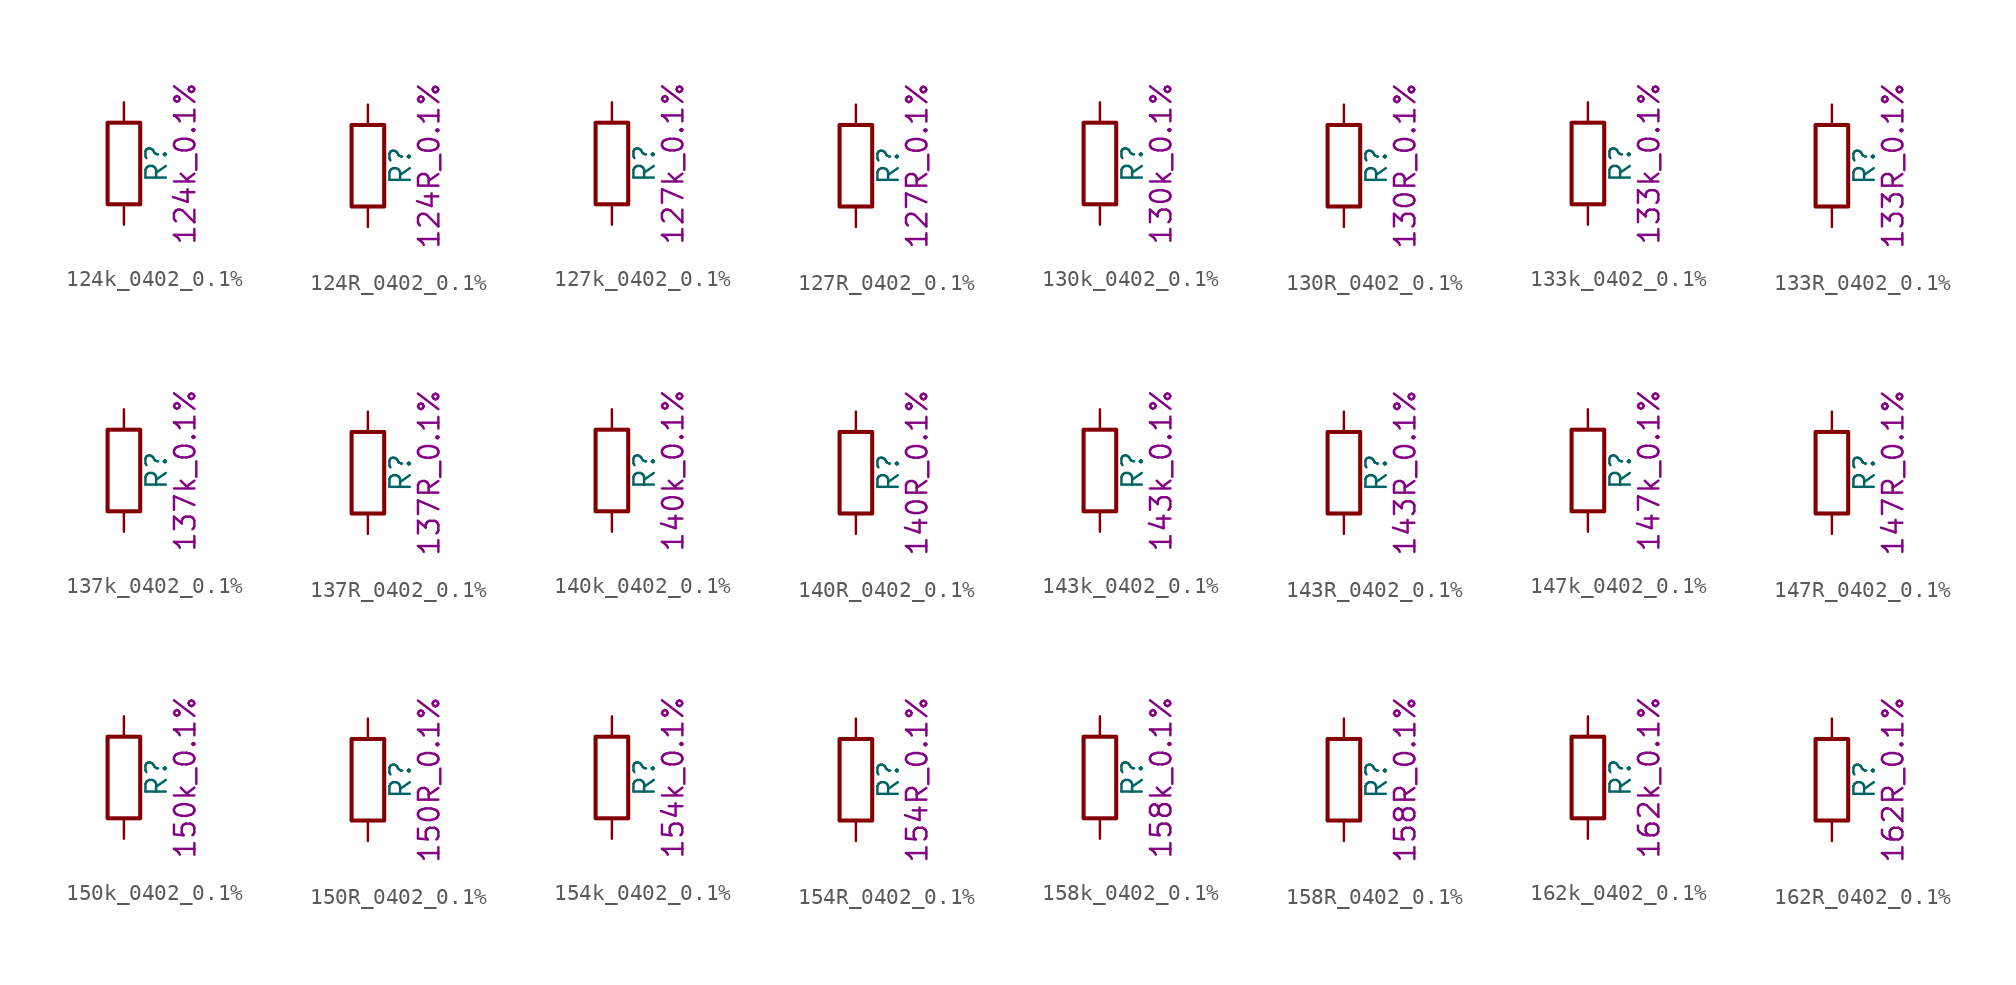
<source format=kicad_sym>
(kicad_symbol_lib
  (version 20211014)
  (generator kicad_symbol_editor)
  (symbol "124k_0402_0.1%"
    (pin_numbers hide)
    (pin_names
      (offset 0))
    (property "Reference" "R"
      (at 2.032 0 90)
      (effects (font (size 1.27 1.27))))
    (property "Display" "124k_0.1%"
      (at 3.81 0 90)
      (effects (font (size 1.27 1.27))))
    (symbol "124k_0402_0.1%_0_1"
      (rectangle (start -1.016 -2.54) (end 1.016 2.54) (stroke (width 0.254) (type default) (color 0 0 0 0)) (fill (type none))))
    (symbol "124k_0402_0.1%_1_1"
      (pin passive line (at 0 3.81 270) (length 1.27) (name "~" (effects (font (size 1.27 1.27)))) (number "1" (effects (font (size 1.27 1.27)))))
      (pin passive line (at 0 -3.81 90) (length 1.27) (name "~" (effects (font (size 1.27 1.27)))) (number "2" (effects (font (size 1.27 1.27)))))))
  (symbol "124R_0402_0.1%"
    (pin_numbers hide)
    (pin_names
      (offset 0))
    (property "Reference" "R"
      (at 2.032 0 90)
      (effects (font (size 1.27 1.27))))
    (property "Display" "124R_0.1%"
      (at 3.81 0 90)
      (effects (font (size 1.27 1.27))))
    (symbol "124R_0402_0.1%_0_1"
      (rectangle (start -1.016 -2.54) (end 1.016 2.54) (stroke (width 0.254) (type default) (color 0 0 0 0)) (fill (type none))))
    (symbol "124R_0402_0.1%_1_1"
      (pin passive line (at 0 3.81 270) (length 1.27) (name "~" (effects (font (size 1.27 1.27)))) (number "1" (effects (font (size 1.27 1.27)))))
      (pin passive line (at 0 -3.81 90) (length 1.27) (name "~" (effects (font (size 1.27 1.27)))) (number "2" (effects (font (size 1.27 1.27)))))))
  (symbol "127k_0402_0.1%"
    (pin_numbers hide)
    (pin_names
      (offset 0))
    (property "Reference" "R"
      (at 2.032 0 90)
      (effects (font (size 1.27 1.27))))
    (property "Display" "127k_0.1%"
      (at 3.81 0 90)
      (effects (font (size 1.27 1.27))))
    (symbol "127k_0402_0.1%_0_1"
      (rectangle (start -1.016 -2.54) (end 1.016 2.54) (stroke (width 0.254) (type default) (color 0 0 0 0)) (fill (type none))))
    (symbol "127k_0402_0.1%_1_1"
      (pin passive line (at 0 3.81 270) (length 1.27) (name "~" (effects (font (size 1.27 1.27)))) (number "1" (effects (font (size 1.27 1.27)))))
      (pin passive line (at 0 -3.81 90) (length 1.27) (name "~" (effects (font (size 1.27 1.27)))) (number "2" (effects (font (size 1.27 1.27)))))))
  (symbol "127R_0402_0.1%"
    (pin_numbers hide)
    (pin_names
      (offset 0))
    (property "Reference" "R"
      (at 2.032 0 90)
      (effects (font (size 1.27 1.27))))
    (property "Display" "127R_0.1%"
      (at 3.81 0 90)
      (effects (font (size 1.27 1.27))))
    (symbol "127R_0402_0.1%_0_1"
      (rectangle (start -1.016 -2.54) (end 1.016 2.54) (stroke (width 0.254) (type default) (color 0 0 0 0)) (fill (type none))))
    (symbol "127R_0402_0.1%_1_1"
      (pin passive line (at 0 3.81 270) (length 1.27) (name "~" (effects (font (size 1.27 1.27)))) (number "1" (effects (font (size 1.27 1.27)))))
      (pin passive line (at 0 -3.81 90) (length 1.27) (name "~" (effects (font (size 1.27 1.27)))) (number "2" (effects (font (size 1.27 1.27)))))))
  (symbol "130k_0402_0.1%"
    (pin_numbers hide)
    (pin_names
      (offset 0))
    (property "Reference" "R"
      (at 2.032 0 90)
      (effects (font (size 1.27 1.27))))
    (property "Display" "130k_0.1%"
      (at 3.81 0 90)
      (effects (font (size 1.27 1.27))))
    (symbol "130k_0402_0.1%_0_1"
      (rectangle (start -1.016 -2.54) (end 1.016 2.54) (stroke (width 0.254) (type default) (color 0 0 0 0)) (fill (type none))))
    (symbol "130k_0402_0.1%_1_1"
      (pin passive line (at 0 3.81 270) (length 1.27) (name "~" (effects (font (size 1.27 1.27)))) (number "1" (effects (font (size 1.27 1.27)))))
      (pin passive line (at 0 -3.81 90) (length 1.27) (name "~" (effects (font (size 1.27 1.27)))) (number "2" (effects (font (size 1.27 1.27)))))))
  (symbol "130R_0402_0.1%"
    (pin_numbers hide)
    (pin_names
      (offset 0))
    (property "Reference" "R"
      (at 2.032 0 90)
      (effects (font (size 1.27 1.27))))
    (property "Display" "130R_0.1%"
      (at 3.81 0 90)
      (effects (font (size 1.27 1.27))))
    (symbol "130R_0402_0.1%_0_1"
      (rectangle (start -1.016 -2.54) (end 1.016 2.54) (stroke (width 0.254) (type default) (color 0 0 0 0)) (fill (type none))))
    (symbol "130R_0402_0.1%_1_1"
      (pin passive line (at 0 3.81 270) (length 1.27) (name "~" (effects (font (size 1.27 1.27)))) (number "1" (effects (font (size 1.27 1.27)))))
      (pin passive line (at 0 -3.81 90) (length 1.27) (name "~" (effects (font (size 1.27 1.27)))) (number "2" (effects (font (size 1.27 1.27)))))))
  (symbol "133k_0402_0.1%"
    (pin_numbers hide)
    (pin_names
      (offset 0))
    (property "Reference" "R"
      (at 2.032 0 90)
      (effects (font (size 1.27 1.27))))
    (property "Display" "133k_0.1%"
      (at 3.81 0 90)
      (effects (font (size 1.27 1.27))))
    (symbol "133k_0402_0.1%_0_1"
      (rectangle (start -1.016 -2.54) (end 1.016 2.54) (stroke (width 0.254) (type default) (color 0 0 0 0)) (fill (type none))))
    (symbol "133k_0402_0.1%_1_1"
      (pin passive line (at 0 3.81 270) (length 1.27) (name "~" (effects (font (size 1.27 1.27)))) (number "1" (effects (font (size 1.27 1.27)))))
      (pin passive line (at 0 -3.81 90) (length 1.27) (name "~" (effects (font (size 1.27 1.27)))) (number "2" (effects (font (size 1.27 1.27)))))))
  (symbol "133R_0402_0.1%"
    (pin_numbers hide)
    (pin_names
      (offset 0))
    (property "Reference" "R"
      (at 2.032 0 90)
      (effects (font (size 1.27 1.27))))
    (property "Display" "133R_0.1%"
      (at 3.81 0 90)
      (effects (font (size 1.27 1.27))))
    (symbol "133R_0402_0.1%_0_1"
      (rectangle (start -1.016 -2.54) (end 1.016 2.54) (stroke (width 0.254) (type default) (color 0 0 0 0)) (fill (type none))))
    (symbol "133R_0402_0.1%_1_1"
      (pin passive line (at 0 3.81 270) (length 1.27) (name "~" (effects (font (size 1.27 1.27)))) (number "1" (effects (font (size 1.27 1.27)))))
      (pin passive line (at 0 -3.81 90) (length 1.27) (name "~" (effects (font (size 1.27 1.27)))) (number "2" (effects (font (size 1.27 1.27)))))))
  (symbol "137k_0402_0.1%"
    (pin_numbers hide)
    (pin_names
      (offset 0))
    (property "Reference" "R"
      (at 2.032 0 90)
      (effects (font (size 1.27 1.27))))
    (property "Display" "137k_0.1%"
      (at 3.81 0 90)
      (effects (font (size 1.27 1.27))))
    (symbol "137k_0402_0.1%_0_1"
      (rectangle (start -1.016 -2.54) (end 1.016 2.54) (stroke (width 0.254) (type default) (color 0 0 0 0)) (fill (type none))))
    (symbol "137k_0402_0.1%_1_1"
      (pin passive line (at 0 3.81 270) (length 1.27) (name "~" (effects (font (size 1.27 1.27)))) (number "1" (effects (font (size 1.27 1.27)))))
      (pin passive line (at 0 -3.81 90) (length 1.27) (name "~" (effects (font (size 1.27 1.27)))) (number "2" (effects (font (size 1.27 1.27)))))))
  (symbol "137R_0402_0.1%"
    (pin_numbers hide)
    (pin_names
      (offset 0))
    (property "Reference" "R"
      (at 2.032 0 90)
      (effects (font (size 1.27 1.27))))
    (property "Display" "137R_0.1%"
      (at 3.81 0 90)
      (effects (font (size 1.27 1.27))))
    (symbol "137R_0402_0.1%_0_1"
      (rectangle (start -1.016 -2.54) (end 1.016 2.54) (stroke (width 0.254) (type default) (color 0 0 0 0)) (fill (type none))))
    (symbol "137R_0402_0.1%_1_1"
      (pin passive line (at 0 3.81 270) (length 1.27) (name "~" (effects (font (size 1.27 1.27)))) (number "1" (effects (font (size 1.27 1.27)))))
      (pin passive line (at 0 -3.81 90) (length 1.27) (name "~" (effects (font (size 1.27 1.27)))) (number "2" (effects (font (size 1.27 1.27)))))))
  (symbol "140k_0402_0.1%"
    (pin_numbers hide)
    (pin_names
      (offset 0))
    (property "Reference" "R"
      (at 2.032 0 90)
      (effects (font (size 1.27 1.27))))
    (property "Display" "140k_0.1%"
      (at 3.81 0 90)
      (effects (font (size 1.27 1.27))))
    (symbol "140k_0402_0.1%_0_1"
      (rectangle (start -1.016 -2.54) (end 1.016 2.54) (stroke (width 0.254) (type default) (color 0 0 0 0)) (fill (type none))))
    (symbol "140k_0402_0.1%_1_1"
      (pin passive line (at 0 3.81 270) (length 1.27) (name "~" (effects (font (size 1.27 1.27)))) (number "1" (effects (font (size 1.27 1.27)))))
      (pin passive line (at 0 -3.81 90) (length 1.27) (name "~" (effects (font (size 1.27 1.27)))) (number "2" (effects (font (size 1.27 1.27)))))))
  (symbol "140R_0402_0.1%"
    (pin_numbers hide)
    (pin_names
      (offset 0))
    (property "Reference" "R"
      (at 2.032 0 90)
      (effects (font (size 1.27 1.27))))
    (property "Display" "140R_0.1%"
      (at 3.81 0 90)
      (effects (font (size 1.27 1.27))))
    (symbol "140R_0402_0.1%_0_1"
      (rectangle (start -1.016 -2.54) (end 1.016 2.54) (stroke (width 0.254) (type default) (color 0 0 0 0)) (fill (type none))))
    (symbol "140R_0402_0.1%_1_1"
      (pin passive line (at 0 3.81 270) (length 1.27) (name "~" (effects (font (size 1.27 1.27)))) (number "1" (effects (font (size 1.27 1.27)))))
      (pin passive line (at 0 -3.81 90) (length 1.27) (name "~" (effects (font (size 1.27 1.27)))) (number "2" (effects (font (size 1.27 1.27)))))))
  (symbol "143k_0402_0.1%"
    (pin_numbers hide)
    (pin_names
      (offset 0))
    (property "Reference" "R"
      (at 2.032 0 90)
      (effects (font (size 1.27 1.27))))
    (property "Display" "143k_0.1%"
      (at 3.81 0 90)
      (effects (font (size 1.27 1.27))))
    (symbol "143k_0402_0.1%_0_1"
      (rectangle (start -1.016 -2.54) (end 1.016 2.54) (stroke (width 0.254) (type default) (color 0 0 0 0)) (fill (type none))))
    (symbol "143k_0402_0.1%_1_1"
      (pin passive line (at 0 3.81 270) (length 1.27) (name "~" (effects (font (size 1.27 1.27)))) (number "1" (effects (font (size 1.27 1.27)))))
      (pin passive line (at 0 -3.81 90) (length 1.27) (name "~" (effects (font (size 1.27 1.27)))) (number "2" (effects (font (size 1.27 1.27)))))))
  (symbol "143R_0402_0.1%"
    (pin_numbers hide)
    (pin_names
      (offset 0))
    (property "Reference" "R"
      (at 2.032 0 90)
      (effects (font (size 1.27 1.27))))
    (property "Display" "143R_0.1%"
      (at 3.81 0 90)
      (effects (font (size 1.27 1.27))))
    (symbol "143R_0402_0.1%_0_1"
      (rectangle (start -1.016 -2.54) (end 1.016 2.54) (stroke (width 0.254) (type default) (color 0 0 0 0)) (fill (type none))))
    (symbol "143R_0402_0.1%_1_1"
      (pin passive line (at 0 3.81 270) (length 1.27) (name "~" (effects (font (size 1.27 1.27)))) (number "1" (effects (font (size 1.27 1.27)))))
      (pin passive line (at 0 -3.81 90) (length 1.27) (name "~" (effects (font (size 1.27 1.27)))) (number "2" (effects (font (size 1.27 1.27)))))))
  (symbol "147k_0402_0.1%"
    (pin_numbers hide)
    (pin_names
      (offset 0))
    (property "Reference" "R"
      (at 2.032 0 90)
      (effects (font (size 1.27 1.27))))
    (property "Display" "147k_0.1%"
      (at 3.81 0 90)
      (effects (font (size 1.27 1.27))))
    (symbol "147k_0402_0.1%_0_1"
      (rectangle (start -1.016 -2.54) (end 1.016 2.54) (stroke (width 0.254) (type default) (color 0 0 0 0)) (fill (type none))))
    (symbol "147k_0402_0.1%_1_1"
      (pin passive line (at 0 3.81 270) (length 1.27) (name "~" (effects (font (size 1.27 1.27)))) (number "1" (effects (font (size 1.27 1.27)))))
      (pin passive line (at 0 -3.81 90) (length 1.27) (name "~" (effects (font (size 1.27 1.27)))) (number "2" (effects (font (size 1.27 1.27)))))))
  (symbol "147R_0402_0.1%"
    (pin_numbers hide)
    (pin_names
      (offset 0))
    (property "Reference" "R"
      (at 2.032 0 90)
      (effects (font (size 1.27 1.27))))
    (property "Display" "147R_0.1%"
      (at 3.81 0 90)
      (effects (font (size 1.27 1.27))))
    (symbol "147R_0402_0.1%_0_1"
      (rectangle (start -1.016 -2.54) (end 1.016 2.54) (stroke (width 0.254) (type default) (color 0 0 0 0)) (fill (type none))))
    (symbol "147R_0402_0.1%_1_1"
      (pin passive line (at 0 3.81 270) (length 1.27) (name "~" (effects (font (size 1.27 1.27)))) (number "1" (effects (font (size 1.27 1.27)))))
      (pin passive line (at 0 -3.81 90) (length 1.27) (name "~" (effects (font (size 1.27 1.27)))) (number "2" (effects (font (size 1.27 1.27)))))))
  (symbol "150k_0402_0.1%"
    (pin_numbers hide)
    (pin_names
      (offset 0))
    (property "Reference" "R"
      (at 2.032 0 90)
      (effects (font (size 1.27 1.27))))
    (property "Display" "150k_0.1%"
      (at 3.81 0 90)
      (effects (font (size 1.27 1.27))))
    (symbol "150k_0402_0.1%_0_1"
      (rectangle (start -1.016 -2.54) (end 1.016 2.54) (stroke (width 0.254) (type default) (color 0 0 0 0)) (fill (type none))))
    (symbol "150k_0402_0.1%_1_1"
      (pin passive line (at 0 3.81 270) (length 1.27) (name "~" (effects (font (size 1.27 1.27)))) (number "1" (effects (font (size 1.27 1.27)))))
      (pin passive line (at 0 -3.81 90) (length 1.27) (name "~" (effects (font (size 1.27 1.27)))) (number "2" (effects (font (size 1.27 1.27)))))))
  (symbol "150R_0402_0.1%"
    (pin_numbers hide)
    (pin_names
      (offset 0))
    (property "Reference" "R"
      (at 2.032 0 90)
      (effects (font (size 1.27 1.27))))
    (property "Display" "150R_0.1%"
      (at 3.81 0 90)
      (effects (font (size 1.27 1.27))))
    (symbol "150R_0402_0.1%_0_1"
      (rectangle (start -1.016 -2.54) (end 1.016 2.54) (stroke (width 0.254) (type default) (color 0 0 0 0)) (fill (type none))))
    (symbol "150R_0402_0.1%_1_1"
      (pin passive line (at 0 3.81 270) (length 1.27) (name "~" (effects (font (size 1.27 1.27)))) (number "1" (effects (font (size 1.27 1.27)))))
      (pin passive line (at 0 -3.81 90) (length 1.27) (name "~" (effects (font (size 1.27 1.27)))) (number "2" (effects (font (size 1.27 1.27)))))))
  (symbol "154k_0402_0.1%"
    (pin_numbers hide)
    (pin_names
      (offset 0))
    (property "Reference" "R"
      (at 2.032 0 90)
      (effects (font (size 1.27 1.27))))
    (property "Display" "154k_0.1%"
      (at 3.81 0 90)
      (effects (font (size 1.27 1.27))))
    (symbol "154k_0402_0.1%_0_1"
      (rectangle (start -1.016 -2.54) (end 1.016 2.54) (stroke (width 0.254) (type default) (color 0 0 0 0)) (fill (type none))))
    (symbol "154k_0402_0.1%_1_1"
      (pin passive line (at 0 3.81 270) (length 1.27) (name "~" (effects (font (size 1.27 1.27)))) (number "1" (effects (font (size 1.27 1.27)))))
      (pin passive line (at 0 -3.81 90) (length 1.27) (name "~" (effects (font (size 1.27 1.27)))) (number "2" (effects (font (size 1.27 1.27)))))))
  (symbol "154R_0402_0.1%"
    (pin_numbers hide)
    (pin_names
      (offset 0))
    (property "Reference" "R"
      (at 2.032 0 90)
      (effects (font (size 1.27 1.27))))
    (property "Display" "154R_0.1%"
      (at 3.81 0 90)
      (effects (font (size 1.27 1.27))))
    (symbol "154R_0402_0.1%_0_1"
      (rectangle (start -1.016 -2.54) (end 1.016 2.54) (stroke (width 0.254) (type default) (color 0 0 0 0)) (fill (type none))))
    (symbol "154R_0402_0.1%_1_1"
      (pin passive line (at 0 3.81 270) (length 1.27) (name "~" (effects (font (size 1.27 1.27)))) (number "1" (effects (font (size 1.27 1.27)))))
      (pin passive line (at 0 -3.81 90) (length 1.27) (name "~" (effects (font (size 1.27 1.27)))) (number "2" (effects (font (size 1.27 1.27)))))))
  (symbol "158k_0402_0.1%"
    (pin_numbers hide)
    (pin_names
      (offset 0))
    (property "Reference" "R"
      (at 2.032 0 90)
      (effects (font (size 1.27 1.27))))
    (property "Display" "158k_0.1%"
      (at 3.81 0 90)
      (effects (font (size 1.27 1.27))))
    (symbol "158k_0402_0.1%_0_1"
      (rectangle (start -1.016 -2.54) (end 1.016 2.54) (stroke (width 0.254) (type default) (color 0 0 0 0)) (fill (type none))))
    (symbol "158k_0402_0.1%_1_1"
      (pin passive line (at 0 3.81 270) (length 1.27) (name "~" (effects (font (size 1.27 1.27)))) (number "1" (effects (font (size 1.27 1.27)))))
      (pin passive line (at 0 -3.81 90) (length 1.27) (name "~" (effects (font (size 1.27 1.27)))) (number "2" (effects (font (size 1.27 1.27)))))))
  (symbol "158R_0402_0.1%"
    (pin_numbers hide)
    (pin_names
      (offset 0))
    (property "Reference" "R"
      (at 2.032 0 90)
      (effects (font (size 1.27 1.27))))
    (property "Display" "158R_0.1%"
      (at 3.81 0 90)
      (effects (font (size 1.27 1.27))))
    (symbol "158R_0402_0.1%_0_1"
      (rectangle (start -1.016 -2.54) (end 1.016 2.54) (stroke (width 0.254) (type default) (color 0 0 0 0)) (fill (type none))))
    (symbol "158R_0402_0.1%_1_1"
      (pin passive line (at 0 3.81 270) (length 1.27) (name "~" (effects (font (size 1.27 1.27)))) (number "1" (effects (font (size 1.27 1.27)))))
      (pin passive line (at 0 -3.81 90) (length 1.27) (name "~" (effects (font (size 1.27 1.27)))) (number "2" (effects (font (size 1.27 1.27)))))))
  (symbol "162k_0402_0.1%"
    (pin_numbers hide)
    (pin_names
      (offset 0))
    (property "Reference" "R"
      (at 2.032 0 90)
      (effects (font (size 1.27 1.27))))
    (property "Display" "162k_0.1%"
      (at 3.81 0 90)
      (effects (font (size 1.27 1.27))))
    (symbol "162k_0402_0.1%_0_1"
      (rectangle (start -1.016 -2.54) (end 1.016 2.54) (stroke (width 0.254) (type default) (color 0 0 0 0)) (fill (type none))))
    (symbol "162k_0402_0.1%_1_1"
      (pin passive line (at 0 3.81 270) (length 1.27) (name "~" (effects (font (size 1.27 1.27)))) (number "1" (effects (font (size 1.27 1.27)))))
      (pin passive line (at 0 -3.81 90) (length 1.27) (name "~" (effects (font (size 1.27 1.27)))) (number "2" (effects (font (size 1.27 1.27)))))))
  (symbol "162R_0402_0.1%"
    (pin_numbers hide)
    (pin_names
      (offset 0))
    (property "Reference" "R"
      (at 2.032 0 90)
      (effects (font (size 1.27 1.27))))
    (property "Display" "162R_0.1%"
      (at 3.81 0 90)
      (effects (font (size 1.27 1.27))))
    (symbol "162R_0402_0.1%_0_1"
      (rectangle (start -1.016 -2.54) (end 1.016 2.54) (stroke (width 0.254) (type default) (color 0 0 0 0)) (fill (type none))))
    (symbol "162R_0402_0.1%_1_1"
      (pin passive line (at 0 3.81 270) (length 1.27) (name "~" (effects (font (size 1.27 1.27)))) (number "1" (effects (font (size 1.27 1.27)))))
      (pin passive line (at 0 -3.81 90) (length 1.27) (name "~" (effects (font (size 1.27 1.27)))) (number "2" (effects (font (size 1.27 1.27))))))))
</source>
